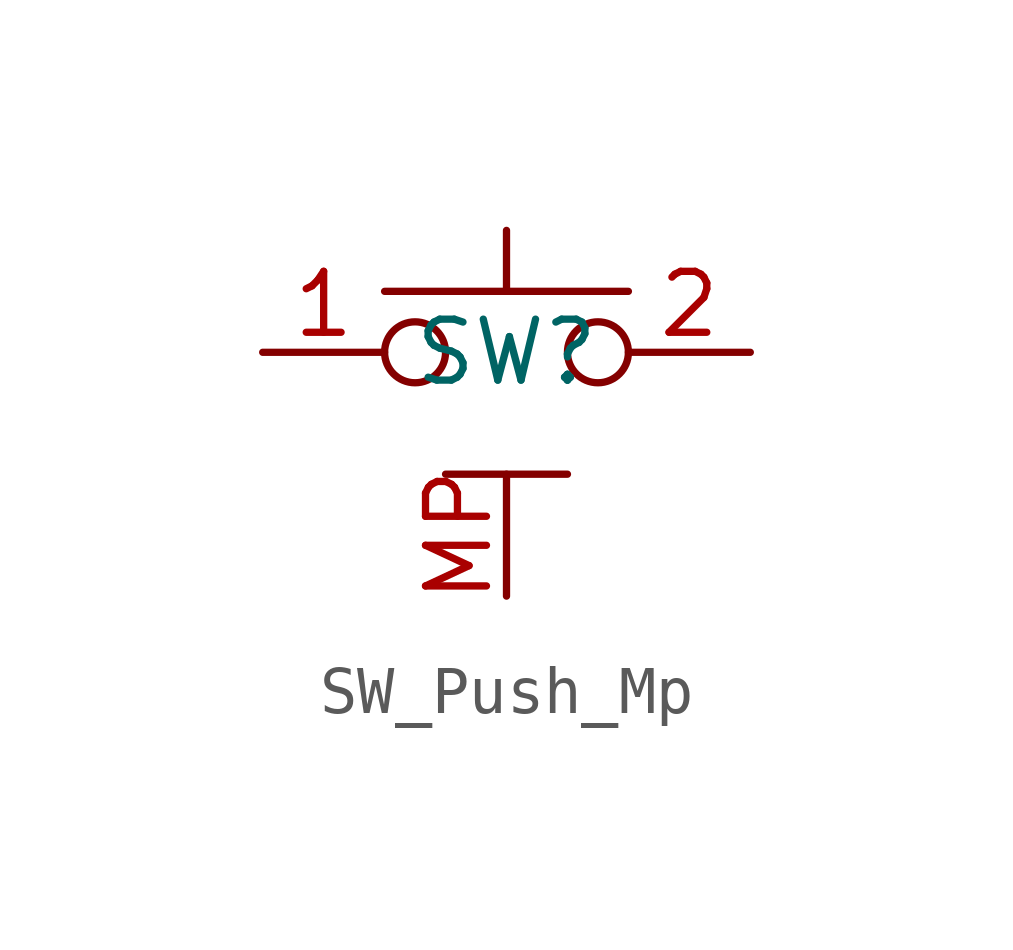
<source format=kicad_sym>
(kicad_symbol_lib
  (version 20230620)
  (generator kicad_symbol_editor)
  (symbol "SW_Push_Mp"
    (pin_names hide)
    (property "Reference" "SW"
      (at 0 0 0)
      (effects (font (size 1.27 1.27))))
    (property "Value" ""
      (at 0 0 0)
      (effects (font (size 1.27 1.27))))
    (symbol "SW_Push_Mp_0_1"
      (circle (center -1.905 0) (radius 0.635) (stroke (width 0) (type default)) (fill (type none)))
      (polyline (pts (xy 0 1.27) (xy 0 2.54)) (stroke (width 0) (type default)) (fill (type none)))
      (polyline (pts (xy 1.27 -2.54) (xy -1.27 -2.54)) (stroke (width 0) (type default)) (fill (type none)))
      (polyline (pts (xy 2.54 1.27) (xy -2.54 1.27)) (stroke (width 0) (type default)) (fill (type none)))
      (circle (center 1.905 0) (radius 0.635) (stroke (width 0) (type default)) (fill (type none))))
    (symbol "SW_Push_Mp_1_0"
      (pin passive line (at -5.08 0 0) (length 2.54) (name "1" (effects (font (size 1.27 1.27)))) (number "1" (effects (font (size 1.27 1.27)))))
      (pin bidirectional line (at 5.08 0 180) (length 2.54) (name "2" (effects (font (size 1.27 1.27)))) (number "2" (effects (font (size 1.27 1.27)))))
      (pin bidirectional line (at 0 -5.08 90) (length 2.54) (name "MP" (effects (font (size 1.27 1.27)))) (number "MP" (effects (font (size 1.27 1.27))))))))
</source>
